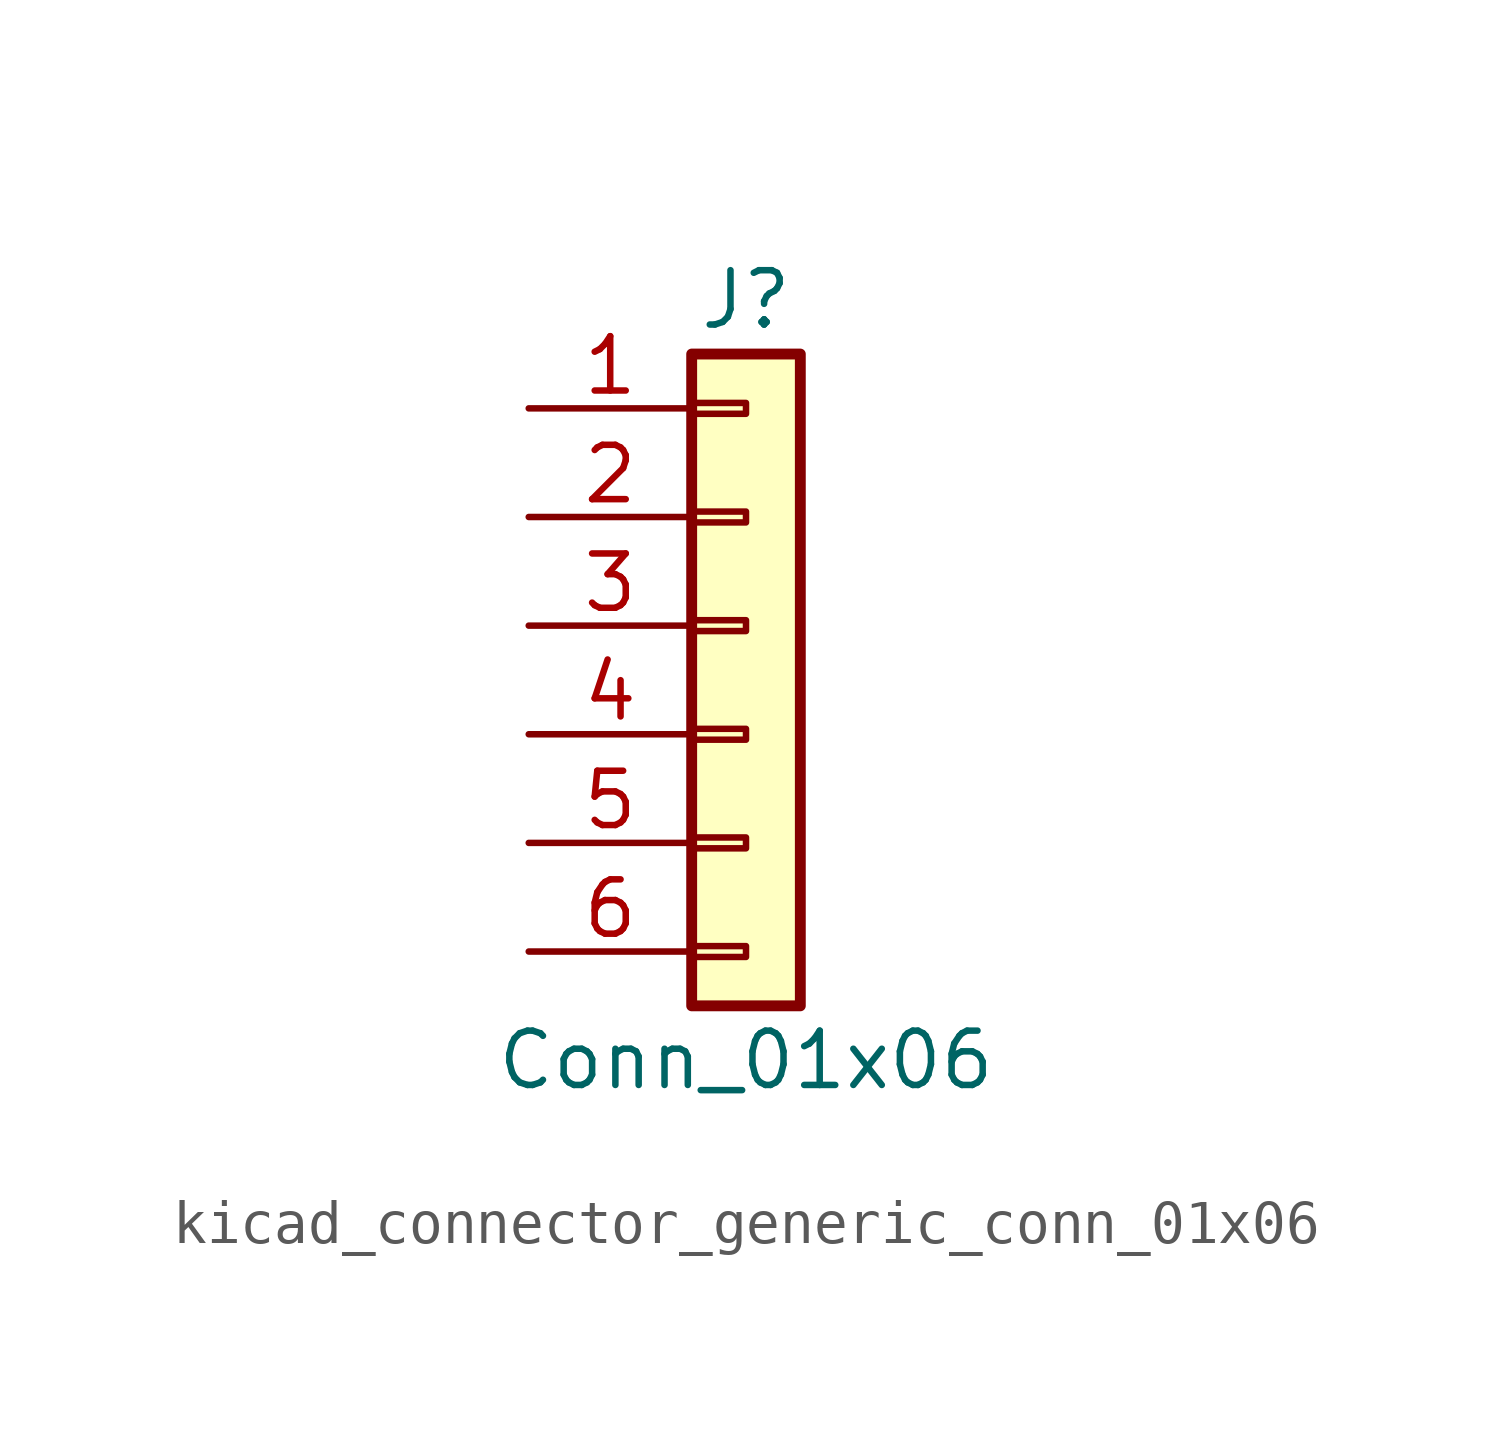
<source format=kicad_sym>
(kicad_symbol_lib
  (version 20220914)
  (generator kicad_symbol_editor)
  (symbol "kicad_connector_generic_conn_01x06"
    (pin_names
      (offset 1.016) hide)
    (property "Reference" "J"
      (at 0 7.62 0)
      (effects (font (size 1.27 1.27))))
    (property "Value" "Conn_01x06"
      (at 0 -10.16 0)
      (effects (font (size 1.27 1.27))))
    (symbol "kicad_connector_generic_conn_01x06_1_1"
      (rectangle (start -1.27 -7.493) (end 0 -7.747) (stroke (width 0.152) (type default)) (fill (type none)))
      (rectangle (start -1.27 -4.953) (end 0 -5.207) (stroke (width 0.152) (type default)) (fill (type none)))
      (rectangle (start -1.27 -2.413) (end 0 -2.667) (stroke (width 0.152) (type default)) (fill (type none)))
      (rectangle (start -1.27 0.127) (end 0 -0.127) (stroke (width 0.152) (type default)) (fill (type none)))
      (rectangle (start -1.27 2.667) (end 0 2.413) (stroke (width 0.152) (type default)) (fill (type none)))
      (rectangle (start -1.27 5.207) (end 0 4.953) (stroke (width 0.152) (type default)) (fill (type none)))
      (rectangle (start -1.27 6.35) (end 1.27 -8.89) (stroke (width 0.254) (type default)) (fill (type background)))
      (pin passive line (at -5.08 5.08 0) (length 3.81) (name "Pin_1" (effects (font (size 1.27 1.27)))) (number "1" (effects (font (size 1.27 1.27)))))
      (pin passive line (at -5.08 2.54 0) (length 3.81) (name "Pin_2" (effects (font (size 1.27 1.27)))) (number "2" (effects (font (size 1.27 1.27)))))
      (pin passive line (at -5.08 0 0) (length 3.81) (name "Pin_3" (effects (font (size 1.27 1.27)))) (number "3" (effects (font (size 1.27 1.27)))))
      (pin passive line (at -5.08 -2.54 0) (length 3.81) (name "Pin_4" (effects (font (size 1.27 1.27)))) (number "4" (effects (font (size 1.27 1.27)))))
      (pin passive line (at -5.08 -5.08 0) (length 3.81) (name "Pin_5" (effects (font (size 1.27 1.27)))) (number "5" (effects (font (size 1.27 1.27)))))
      (pin passive line (at -5.08 -7.62 0) (length 3.81) (name "Pin_6" (effects (font (size 1.27 1.27)))) (number "6" (effects (font (size 1.27 1.27))))))))
</source>
